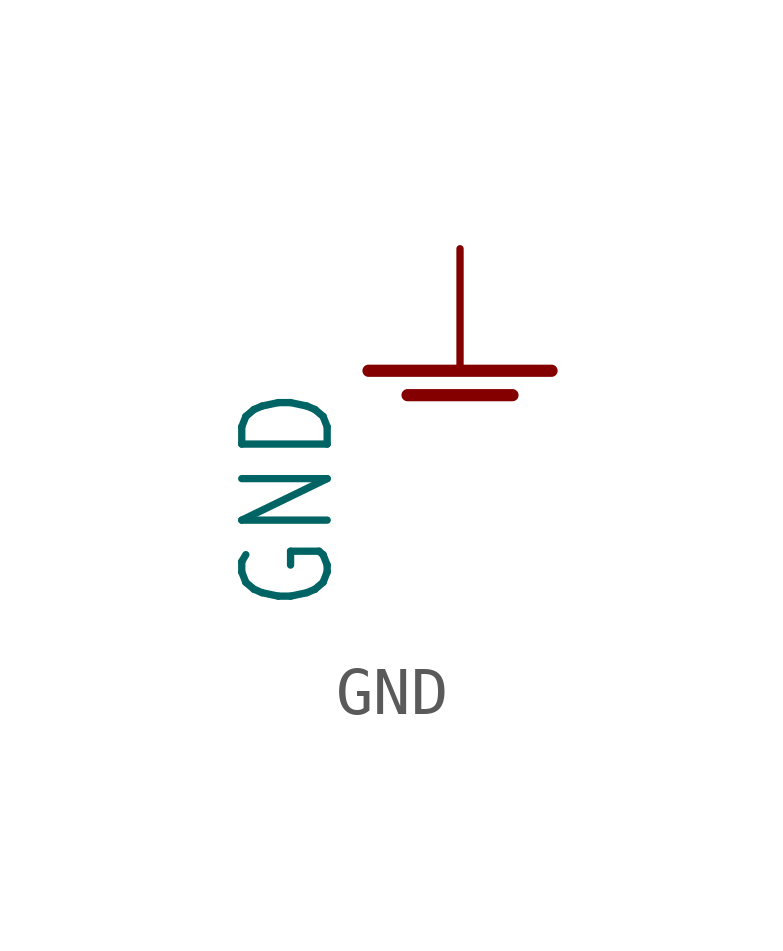
<source format=kicad_sym>
(kicad_symbol_lib
  (version 20211014)
  (generator kicad_symbol_editor)
  (symbol "GND"
    (power)
    (property "Reference" "#GND"
      (at 0 0 0)
      (effects (font (size 1.27 1.27)) hide))
    (property "Value" "GND"
      (at -2.54 -5.08 90)
      (effects (font (size 1.778 1.511)) (justify left bottom)))
    (property "ki_locked" ""
      (at 0 0 0)
      (effects (font (size 1.27 1.27))))
    (symbol "GND_1_0"
      (polyline (pts (xy -1.905 0) (xy 1.905 0)) (stroke (width 0.254) (type default) (color 0 0 0 0)) (fill (type none)))
      (polyline (pts (xy -1.092 -0.508) (xy 1.092 -0.508)) (stroke (width 0.254) (type default) (color 0 0 0 0)) (fill (type none)))
      (pin power_in line (at 0 2.54 270) (length 2.54) (name "GND" (effects (font (size 0 0)))) (number "1" (effects (font (size 0 0))))))))
</source>
